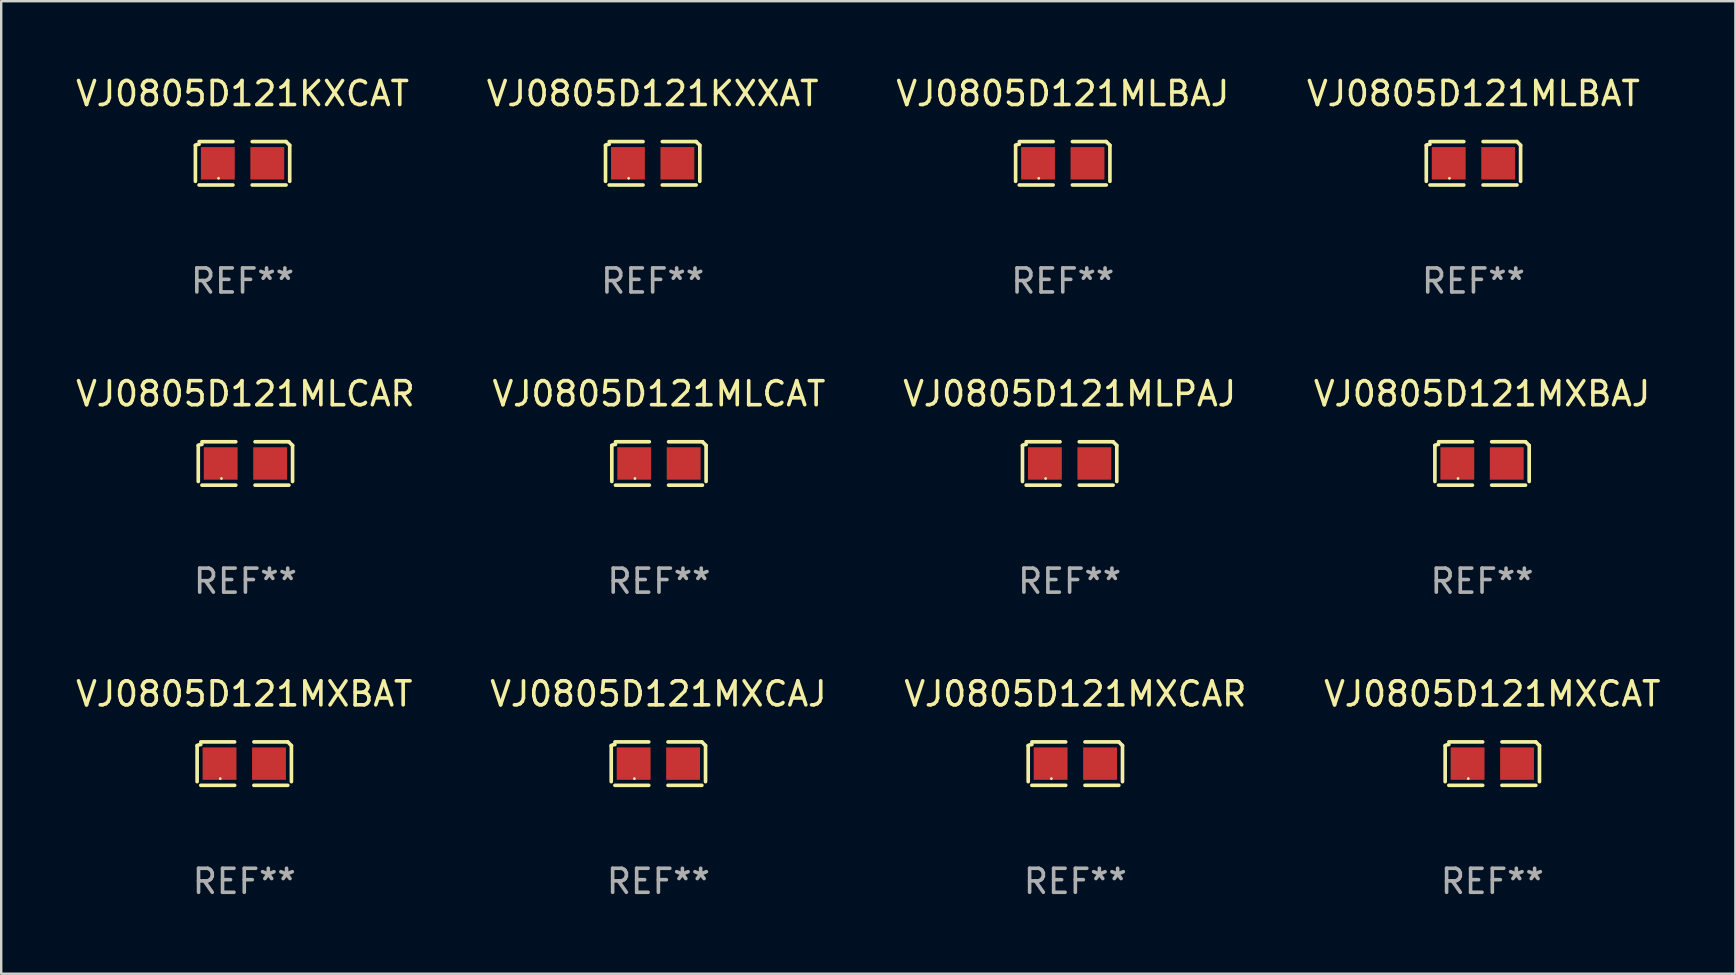
<source format=kicad_pcb>
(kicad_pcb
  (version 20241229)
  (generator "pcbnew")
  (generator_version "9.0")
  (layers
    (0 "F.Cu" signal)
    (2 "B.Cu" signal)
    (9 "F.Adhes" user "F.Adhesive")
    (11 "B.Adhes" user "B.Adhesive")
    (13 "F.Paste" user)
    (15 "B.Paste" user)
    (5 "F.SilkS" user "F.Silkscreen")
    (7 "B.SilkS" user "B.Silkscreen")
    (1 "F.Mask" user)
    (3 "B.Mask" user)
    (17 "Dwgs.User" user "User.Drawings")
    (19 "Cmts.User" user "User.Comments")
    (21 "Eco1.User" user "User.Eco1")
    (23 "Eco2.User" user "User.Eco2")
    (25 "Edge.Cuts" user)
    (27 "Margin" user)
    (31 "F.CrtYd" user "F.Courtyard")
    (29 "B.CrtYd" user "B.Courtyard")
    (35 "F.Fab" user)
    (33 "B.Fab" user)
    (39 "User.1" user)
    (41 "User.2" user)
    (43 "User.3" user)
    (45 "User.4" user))
  (footprint "VJ0805D121MXCAR"
    (layer "F.Cu")
    (at 41.744 28.759)
    (property "Reference" "VJ0805D121MXCAR" (at 0 -2.904 0) (layer "F.SilkS") (effects (font (size 1 1) (thickness 0.15))))
    (attr through_hole)
    (fp_line (start -1.964 0.751) (end -1.964 -0.751) (stroke (width 0.152) (type solid)) (layer "F.SilkS"))
    (fp_line (start -1.811 -0.904) (end -0.401 -0.904) (stroke (width 0.152) (type solid)) (layer "F.SilkS"))
    (fp_line (start -0.401 0.904) (end -1.811 0.904) (stroke (width 0.152) (type solid)) (layer "F.SilkS"))
    (fp_line (start 0.401 0.904) (end 1.811 0.904) (stroke (width 0.152) (type solid)) (layer "F.SilkS"))
    (fp_line (start 1.811 -0.904) (end 0.401 -0.904) (stroke (width 0.152) (type solid)) (layer "F.SilkS"))
    (fp_line (start 1.964 0.751) (end 1.964 -0.751) (stroke (width 0.152) (type solid)) (layer "F.SilkS"))
    (fp_arc (start -1.963602 -0.751207) (mid -1.890354 -0.783131) (end -1.811201 -0.794044) (stroke (width 0.1524) (type solid)) (layer "F.SilkS"))
    (fp_arc (start 1.811202 -0.903607) (mid 1.887413 -0.827418) (end 1.963602 -0.751207) (stroke (width 0.1524) (type solid)) (layer "F.SilkS"))
    (fp_circle (center -1 0.625) (end -0.97 0.625) (stroke (width 0.06) (type solid)) (fill no) (layer "F.SilkS"))
    (fp_text user "REF**" (at 0 4.904 0) (layer "F.Fab") (effects (font (size 1 1) (thickness 0.15))))
    (pad "1" smd rect (at -1.03 0) (size 1.41 1.35) (layers "F.Cu" "F.Mask" "F.Paste"))
    (pad "2" smd rect (at 1.03 0) (size 1.41 1.35) (layers "F.Cu" "F.Mask" "F.Paste")))
  (footprint "VJ0805D121MLCAR"
    (layer "F.Cu")
    (at 7.173 16.256)
    (property "Reference" "VJ0805D121MLCAR" (at 0 -2.904 0) (layer "F.SilkS") (effects (font (size 1 1) (thickness 0.15))))
    (attr through_hole)
    (fp_line (start -1.964 0.751) (end -1.964 -0.751) (stroke (width 0.152) (type solid)) (layer "F.SilkS"))
    (fp_line (start -1.811 -0.904) (end -0.401 -0.904) (stroke (width 0.152) (type solid)) (layer "F.SilkS"))
    (fp_line (start -0.401 0.904) (end -1.811 0.904) (stroke (width 0.152) (type solid)) (layer "F.SilkS"))
    (fp_line (start 0.401 0.904) (end 1.811 0.904) (stroke (width 0.152) (type solid)) (layer "F.SilkS"))
    (fp_line (start 1.811 -0.904) (end 0.401 -0.904) (stroke (width 0.152) (type solid)) (layer "F.SilkS"))
    (fp_line (start 1.964 0.751) (end 1.964 -0.751) (stroke (width 0.152) (type solid)) (layer "F.SilkS"))
    (fp_arc (start -1.963602 -0.751207) (mid -1.890354 -0.783131) (end -1.811201 -0.794044) (stroke (width 0.1524) (type solid)) (layer "F.SilkS"))
    (fp_arc (start 1.811202 -0.903607) (mid 1.887413 -0.827418) (end 1.963602 -0.751207) (stroke (width 0.1524) (type solid)) (layer "F.SilkS"))
    (fp_circle (center -1 0.625) (end -0.97 0.625) (stroke (width 0.06) (type solid)) (fill no) (layer "F.SilkS"))
    (fp_text user "REF**" (at 0 4.904 0) (layer "F.Fab") (effects (font (size 1 1) (thickness 0.15))))
    (pad "1" smd rect (at -1.03 0) (size 1.41 1.35) (layers "F.Cu" "F.Mask" "F.Paste"))
    (pad "2" smd rect (at 1.03 0) (size 1.41 1.35) (layers "F.Cu" "F.Mask" "F.Paste")))
  (footprint "VJ0805D121KXCAT"
    (layer "F.Cu")
    (at 7.054 3.752)
    (property "Reference" "VJ0805D121KXCAT" (at 0 -2.904 0) (layer "F.SilkS") (effects (font (size 1 1) (thickness 0.15))))
    (attr through_hole)
    (fp_line (start -1.964 0.751) (end -1.964 -0.751) (stroke (width 0.152) (type solid)) (layer "F.SilkS"))
    (fp_line (start -1.811 -0.904) (end -0.401 -0.904) (stroke (width 0.152) (type solid)) (layer "F.SilkS"))
    (fp_line (start -0.401 0.904) (end -1.811 0.904) (stroke (width 0.152) (type solid)) (layer "F.SilkS"))
    (fp_line (start 0.401 0.904) (end 1.811 0.904) (stroke (width 0.152) (type solid)) (layer "F.SilkS"))
    (fp_line (start 1.811 -0.904) (end 0.401 -0.904) (stroke (width 0.152) (type solid)) (layer "F.SilkS"))
    (fp_line (start 1.964 0.751) (end 1.964 -0.751) (stroke (width 0.152) (type solid)) (layer "F.SilkS"))
    (fp_arc (start -1.963602 -0.751207) (mid -1.890354 -0.783131) (end -1.811201 -0.794044) (stroke (width 0.1524) (type solid)) (layer "F.SilkS"))
    (fp_arc (start 1.811202 -0.903607) (mid 1.887413 -0.827418) (end 1.963602 -0.751207) (stroke (width 0.1524) (type solid)) (layer "F.SilkS"))
    (fp_circle (center -1 0.625) (end -0.97 0.625) (stroke (width 0.06) (type solid)) (fill no) (layer "F.SilkS"))
    (fp_text user "REF**" (at 0 4.904 0) (layer "F.Fab") (effects (font (size 1 1) (thickness 0.15))))
    (pad "1" smd rect (at -1.03 0) (size 1.41 1.35) (layers "F.Cu" "F.Mask" "F.Paste"))
    (pad "2" smd rect (at 1.03 0) (size 1.41 1.35) (layers "F.Cu" "F.Mask" "F.Paste")))
  (footprint "VJ0805D121MXBAJ"
    (layer "F.Cu")
    (at 58.685 16.256)
    (property "Reference" "VJ0805D121MXBAJ" (at 0 -2.904 0) (layer "F.SilkS") (effects (font (size 1 1) (thickness 0.15))))
    (attr through_hole)
    (fp_line (start -1.964 0.751) (end -1.964 -0.751) (stroke (width 0.152) (type solid)) (layer "F.SilkS"))
    (fp_line (start -1.811 -0.904) (end -0.401 -0.904) (stroke (width 0.152) (type solid)) (layer "F.SilkS"))
    (fp_line (start -0.401 0.904) (end -1.811 0.904) (stroke (width 0.152) (type solid)) (layer "F.SilkS"))
    (fp_line (start 0.401 0.904) (end 1.811 0.904) (stroke (width 0.152) (type solid)) (layer "F.SilkS"))
    (fp_line (start 1.811 -0.904) (end 0.401 -0.904) (stroke (width 0.152) (type solid)) (layer "F.SilkS"))
    (fp_line (start 1.964 0.751) (end 1.964 -0.751) (stroke (width 0.152) (type solid)) (layer "F.SilkS"))
    (fp_arc (start -1.963602 -0.751207) (mid -1.890354 -0.783131) (end -1.811201 -0.794044) (stroke (width 0.1524) (type solid)) (layer "F.SilkS"))
    (fp_arc (start 1.811202 -0.903607) (mid 1.887413 -0.827418) (end 1.963602 -0.751207) (stroke (width 0.1524) (type solid)) (layer "F.SilkS"))
    (fp_circle (center -1 0.625) (end -0.97 0.625) (stroke (width 0.06) (type solid)) (fill no) (layer "F.SilkS"))
    (fp_text user "REF**" (at 0 4.904 0) (layer "F.Fab") (effects (font (size 1 1) (thickness 0.15))))
    (pad "1" smd rect (at -1.03 0) (size 1.41 1.35) (layers "F.Cu" "F.Mask" "F.Paste"))
    (pad "2" smd rect (at 1.03 0) (size 1.41 1.35) (layers "F.Cu" "F.Mask" "F.Paste")))
  (footprint "VJ0805D121MXBAT"
    (layer "F.Cu")
    (at 7.125 28.759)
    (property "Reference" "VJ0805D121MXBAT" (at 0 -2.904 0) (layer "F.SilkS") (effects (font (size 1 1) (thickness 0.15))))
    (attr through_hole)
    (fp_line (start -1.964 0.751) (end -1.964 -0.751) (stroke (width 0.152) (type solid)) (layer "F.SilkS"))
    (fp_line (start -1.811 -0.904) (end -0.401 -0.904) (stroke (width 0.152) (type solid)) (layer "F.SilkS"))
    (fp_line (start -0.401 0.904) (end -1.811 0.904) (stroke (width 0.152) (type solid)) (layer "F.SilkS"))
    (fp_line (start 0.401 0.904) (end 1.811 0.904) (stroke (width 0.152) (type solid)) (layer "F.SilkS"))
    (fp_line (start 1.811 -0.904) (end 0.401 -0.904) (stroke (width 0.152) (type solid)) (layer "F.SilkS"))
    (fp_line (start 1.964 0.751) (end 1.964 -0.751) (stroke (width 0.152) (type solid)) (layer "F.SilkS"))
    (fp_arc (start -1.963602 -0.751207) (mid -1.890354 -0.783131) (end -1.811201 -0.794044) (stroke (width 0.1524) (type solid)) (layer "F.SilkS"))
    (fp_arc (start 1.811202 -0.903607) (mid 1.887413 -0.827418) (end 1.963602 -0.751207) (stroke (width 0.1524) (type solid)) (layer "F.SilkS"))
    (fp_circle (center -1 0.625) (end -0.97 0.625) (stroke (width 0.06) (type solid)) (fill no) (layer "F.SilkS"))
    (fp_text user "REF**" (at 0 4.904 0) (layer "F.Fab") (effects (font (size 1 1) (thickness 0.15))))
    (pad "1" smd rect (at -1.03 0) (size 1.41 1.35) (layers "F.Cu" "F.Mask" "F.Paste"))
    (pad "2" smd rect (at 1.03 0) (size 1.41 1.35) (layers "F.Cu" "F.Mask" "F.Paste")))
  (footprint "VJ0805D121KXXAT"
    (layer "F.Cu")
    (at 24.137 3.752)
    (property "Reference" "VJ0805D121KXXAT" (at 0 -2.904 0) (layer "F.SilkS") (effects (font (size 1 1) (thickness 0.15))))
    (attr through_hole)
    (fp_line (start -1.964 0.751) (end -1.964 -0.751) (stroke (width 0.152) (type solid)) (layer "F.SilkS"))
    (fp_line (start -1.811 -0.904) (end -0.401 -0.904) (stroke (width 0.152) (type solid)) (layer "F.SilkS"))
    (fp_line (start -0.401 0.904) (end -1.811 0.904) (stroke (width 0.152) (type solid)) (layer "F.SilkS"))
    (fp_line (start 0.401 0.904) (end 1.811 0.904) (stroke (width 0.152) (type solid)) (layer "F.SilkS"))
    (fp_line (start 1.811 -0.904) (end 0.401 -0.904) (stroke (width 0.152) (type solid)) (layer "F.SilkS"))
    (fp_line (start 1.964 0.751) (end 1.964 -0.751) (stroke (width 0.152) (type solid)) (layer "F.SilkS"))
    (fp_arc (start -1.963602 -0.751207) (mid -1.890354 -0.783131) (end -1.811201 -0.794044) (stroke (width 0.1524) (type solid)) (layer "F.SilkS"))
    (fp_arc (start 1.811202 -0.903607) (mid 1.887413 -0.827418) (end 1.963602 -0.751207) (stroke (width 0.1524) (type solid)) (layer "F.SilkS"))
    (fp_circle (center -1 0.625) (end -0.97 0.625) (stroke (width 0.06) (type solid)) (fill no) (layer "F.SilkS"))
    (fp_text user "REF**" (at 0 4.904 0) (layer "F.Fab") (effects (font (size 1 1) (thickness 0.15))))
    (pad "1" smd rect (at -1.03 0) (size 1.41 1.35) (layers "F.Cu" "F.Mask" "F.Paste"))
    (pad "2" smd rect (at 1.03 0) (size 1.41 1.35) (layers "F.Cu" "F.Mask" "F.Paste")))
  (footprint "VJ0805D121MLBAT"
    (layer "F.Cu")
    (at 58.327 3.752)
    (property "Reference" "VJ0805D121MLBAT" (at 0 -2.904 0) (layer "F.SilkS") (effects (font (size 1 1) (thickness 0.15))))
    (attr through_hole)
    (fp_line (start -1.964 0.751) (end -1.964 -0.751) (stroke (width 0.152) (type solid)) (layer "F.SilkS"))
    (fp_line (start -1.811 -0.904) (end -0.401 -0.904) (stroke (width 0.152) (type solid)) (layer "F.SilkS"))
    (fp_line (start -0.401 0.904) (end -1.811 0.904) (stroke (width 0.152) (type solid)) (layer "F.SilkS"))
    (fp_line (start 0.401 0.904) (end 1.811 0.904) (stroke (width 0.152) (type solid)) (layer "F.SilkS"))
    (fp_line (start 1.811 -0.904) (end 0.401 -0.904) (stroke (width 0.152) (type solid)) (layer "F.SilkS"))
    (fp_line (start 1.964 0.751) (end 1.964 -0.751) (stroke (width 0.152) (type solid)) (layer "F.SilkS"))
    (fp_arc (start -1.963602 -0.751207) (mid -1.890354 -0.783131) (end -1.811201 -0.794044) (stroke (width 0.1524) (type solid)) (layer "F.SilkS"))
    (fp_arc (start 1.811202 -0.903607) (mid 1.887413 -0.827418) (end 1.963602 -0.751207) (stroke (width 0.1524) (type solid)) (layer "F.SilkS"))
    (fp_circle (center -1 0.625) (end -0.97 0.625) (stroke (width 0.06) (type solid)) (fill no) (layer "F.SilkS"))
    (fp_text user "REF**" (at 0 4.904 0) (layer "F.Fab") (effects (font (size 1 1) (thickness 0.15))))
    (pad "1" smd rect (at -1.03 0) (size 1.41 1.35) (layers "F.Cu" "F.Mask" "F.Paste"))
    (pad "2" smd rect (at 1.03 0) (size 1.41 1.35) (layers "F.Cu" "F.Mask" "F.Paste")))
  (footprint "VJ0805D121MXCAJ"
    (layer "F.Cu")
    (at 24.375 28.759)
    (property "Reference" "VJ0805D121MXCAJ" (at 0 -2.904 0) (layer "F.SilkS") (effects (font (size 1 1) (thickness 0.15))))
    (attr through_hole)
    (fp_line (start -1.964 0.751) (end -1.964 -0.751) (stroke (width 0.152) (type solid)) (layer "F.SilkS"))
    (fp_line (start -1.811 -0.904) (end -0.401 -0.904) (stroke (width 0.152) (type solid)) (layer "F.SilkS"))
    (fp_line (start -0.401 0.904) (end -1.811 0.904) (stroke (width 0.152) (type solid)) (layer "F.SilkS"))
    (fp_line (start 0.401 0.904) (end 1.811 0.904) (stroke (width 0.152) (type solid)) (layer "F.SilkS"))
    (fp_line (start 1.811 -0.904) (end 0.401 -0.904) (stroke (width 0.152) (type solid)) (layer "F.SilkS"))
    (fp_line (start 1.964 0.751) (end 1.964 -0.751) (stroke (width 0.152) (type solid)) (layer "F.SilkS"))
    (fp_arc (start -1.963602 -0.751207) (mid -1.890354 -0.783131) (end -1.811201 -0.794044) (stroke (width 0.1524) (type solid)) (layer "F.SilkS"))
    (fp_arc (start 1.811202 -0.903607) (mid 1.887413 -0.827418) (end 1.963602 -0.751207) (stroke (width 0.1524) (type solid)) (layer "F.SilkS"))
    (fp_circle (center -1 0.625) (end -0.97 0.625) (stroke (width 0.06) (type solid)) (fill no) (layer "F.SilkS"))
    (fp_text user "REF**" (at 0 4.904 0) (layer "F.Fab") (effects (font (size 1 1) (thickness 0.15))))
    (pad "1" smd rect (at -1.03 0) (size 1.41 1.35) (layers "F.Cu" "F.Mask" "F.Paste"))
    (pad "2" smd rect (at 1.03 0) (size 1.41 1.35) (layers "F.Cu" "F.Mask" "F.Paste")))
  (footprint "VJ0805D121MLBAJ"
    (layer "F.Cu")
    (at 41.22 3.752)
    (property "Reference" "VJ0805D121MLBAJ" (at 0 -2.904 0) (layer "F.SilkS") (effects (font (size 1 1) (thickness 0.15))))
    (attr through_hole)
    (fp_line (start -1.964 0.751) (end -1.964 -0.751) (stroke (width 0.152) (type solid)) (layer "F.SilkS"))
    (fp_line (start -1.811 -0.904) (end -0.401 -0.904) (stroke (width 0.152) (type solid)) (layer "F.SilkS"))
    (fp_line (start -0.401 0.904) (end -1.811 0.904) (stroke (width 0.152) (type solid)) (layer "F.SilkS"))
    (fp_line (start 0.401 0.904) (end 1.811 0.904) (stroke (width 0.152) (type solid)) (layer "F.SilkS"))
    (fp_line (start 1.811 -0.904) (end 0.401 -0.904) (stroke (width 0.152) (type solid)) (layer "F.SilkS"))
    (fp_line (start 1.964 0.751) (end 1.964 -0.751) (stroke (width 0.152) (type solid)) (layer "F.SilkS"))
    (fp_arc (start -1.963602 -0.751207) (mid -1.890354 -0.783131) (end -1.811201 -0.794044) (stroke (width 0.1524) (type solid)) (layer "F.SilkS"))
    (fp_arc (start 1.811202 -0.903607) (mid 1.887413 -0.827418) (end 1.963602 -0.751207) (stroke (width 0.1524) (type solid)) (layer "F.SilkS"))
    (fp_circle (center -1 0.625) (end -0.97 0.625) (stroke (width 0.06) (type solid)) (fill no) (layer "F.SilkS"))
    (fp_text user "REF**" (at 0 4.904 0) (layer "F.Fab") (effects (font (size 1 1) (thickness 0.15))))
    (pad "1" smd rect (at -1.03 0) (size 1.41 1.35) (layers "F.Cu" "F.Mask" "F.Paste"))
    (pad "2" smd rect (at 1.03 0) (size 1.41 1.35) (layers "F.Cu" "F.Mask" "F.Paste")))
  (footprint "VJ0805D121MLPAJ"
    (layer "F.Cu")
    (at 41.506 16.256)
    (property "Reference" "VJ0805D121MLPAJ" (at 0 -2.904 0) (layer "F.SilkS") (effects (font (size 1 1) (thickness 0.15))))
    (attr through_hole)
    (fp_line (start -1.964 0.751) (end -1.964 -0.751) (stroke (width 0.152) (type solid)) (layer "F.SilkS"))
    (fp_line (start -1.811 -0.904) (end -0.401 -0.904) (stroke (width 0.152) (type solid)) (layer "F.SilkS"))
    (fp_line (start -0.401 0.904) (end -1.811 0.904) (stroke (width 0.152) (type solid)) (layer "F.SilkS"))
    (fp_line (start 0.401 0.904) (end 1.811 0.904) (stroke (width 0.152) (type solid)) (layer "F.SilkS"))
    (fp_line (start 1.811 -0.904) (end 0.401 -0.904) (stroke (width 0.152) (type solid)) (layer "F.SilkS"))
    (fp_line (start 1.964 0.751) (end 1.964 -0.751) (stroke (width 0.152) (type solid)) (layer "F.SilkS"))
    (fp_arc (start -1.963602 -0.751207) (mid -1.890354 -0.783131) (end -1.811201 -0.794044) (stroke (width 0.1524) (type solid)) (layer "F.SilkS"))
    (fp_arc (start 1.811202 -0.903607) (mid 1.887413 -0.827418) (end 1.963602 -0.751207) (stroke (width 0.1524) (type solid)) (layer "F.SilkS"))
    (fp_circle (center -1 0.625) (end -0.97 0.625) (stroke (width 0.06) (type solid)) (fill no) (layer "F.SilkS"))
    (fp_text user "REF**" (at 0 4.904 0) (layer "F.Fab") (effects (font (size 1 1) (thickness 0.15))))
    (pad "1" smd rect (at -1.03 0) (size 1.41 1.35) (layers "F.Cu" "F.Mask" "F.Paste"))
    (pad "2" smd rect (at 1.03 0) (size 1.41 1.35) (layers "F.Cu" "F.Mask" "F.Paste")))
  (footprint "VJ0805D121MLCAT"
    (layer "F.Cu")
    (at 24.399 16.256)
    (property "Reference" "VJ0805D121MLCAT" (at 0 -2.904 0) (layer "F.SilkS") (effects (font (size 1 1) (thickness 0.15))))
    (attr through_hole)
    (fp_line (start -1.964 0.751) (end -1.964 -0.751) (stroke (width 0.152) (type solid)) (layer "F.SilkS"))
    (fp_line (start -1.811 -0.904) (end -0.401 -0.904) (stroke (width 0.152) (type solid)) (layer "F.SilkS"))
    (fp_line (start -0.401 0.904) (end -1.811 0.904) (stroke (width 0.152) (type solid)) (layer "F.SilkS"))
    (fp_line (start 0.401 0.904) (end 1.811 0.904) (stroke (width 0.152) (type solid)) (layer "F.SilkS"))
    (fp_line (start 1.811 -0.904) (end 0.401 -0.904) (stroke (width 0.152) (type solid)) (layer "F.SilkS"))
    (fp_line (start 1.964 0.751) (end 1.964 -0.751) (stroke (width 0.152) (type solid)) (layer "F.SilkS"))
    (fp_arc (start -1.963602 -0.751207) (mid -1.890354 -0.783131) (end -1.811201 -0.794044) (stroke (width 0.1524) (type solid)) (layer "F.SilkS"))
    (fp_arc (start 1.811202 -0.903607) (mid 1.887413 -0.827418) (end 1.963602 -0.751207) (stroke (width 0.1524) (type solid)) (layer "F.SilkS"))
    (fp_circle (center -1 0.625) (end -0.97 0.625) (stroke (width 0.06) (type solid)) (fill no) (layer "F.SilkS"))
    (fp_text user "REF**" (at 0 4.904 0) (layer "F.Fab") (effects (font (size 1 1) (thickness 0.15))))
    (pad "1" smd rect (at -1.03 0) (size 1.41 1.35) (layers "F.Cu" "F.Mask" "F.Paste"))
    (pad "2" smd rect (at 1.03 0) (size 1.41 1.35) (layers "F.Cu" "F.Mask" "F.Paste")))
  (footprint "VJ0805D121MXCAT"
    (layer "F.Cu")
    (at 59.113 28.759)
    (property "Reference" "VJ0805D121MXCAT" (at 0 -2.904 0) (layer "F.SilkS") (effects (font (size 1 1) (thickness 0.15))))
    (attr through_hole)
    (fp_line (start -1.964 0.751) (end -1.964 -0.751) (stroke (width 0.152) (type solid)) (layer "F.SilkS"))
    (fp_line (start -1.811 -0.904) (end -0.401 -0.904) (stroke (width 0.152) (type solid)) (layer "F.SilkS"))
    (fp_line (start -0.401 0.904) (end -1.811 0.904) (stroke (width 0.152) (type solid)) (layer "F.SilkS"))
    (fp_line (start 0.401 0.904) (end 1.811 0.904) (stroke (width 0.152) (type solid)) (layer "F.SilkS"))
    (fp_line (start 1.811 -0.904) (end 0.401 -0.904) (stroke (width 0.152) (type solid)) (layer "F.SilkS"))
    (fp_line (start 1.964 0.751) (end 1.964 -0.751) (stroke (width 0.152) (type solid)) (layer "F.SilkS"))
    (fp_arc (start -1.963602 -0.751207) (mid -1.890354 -0.783131) (end -1.811201 -0.794044) (stroke (width 0.1524) (type solid)) (layer "F.SilkS"))
    (fp_arc (start 1.811202 -0.903607) (mid 1.887413 -0.827418) (end 1.963602 -0.751207) (stroke (width 0.1524) (type solid)) (layer "F.SilkS"))
    (fp_circle (center -1 0.625) (end -0.97 0.625) (stroke (width 0.06) (type solid)) (fill no) (layer "F.SilkS"))
    (fp_text user "REF**" (at 0 4.904 0) (layer "F.Fab") (effects (font (size 1 1) (thickness 0.15))))
    (pad "1" smd rect (at -1.03 0) (size 1.41 1.35) (layers "F.Cu" "F.Mask" "F.Paste"))
    (pad "2" smd rect (at 1.03 0) (size 1.41 1.35) (layers "F.Cu" "F.Mask" "F.Paste")))
  (gr_rect
    (start -3 -3)
    (end 69.238 37.511)
    (stroke (width 0.1) (type default))
    (fill no)
    (layer "Edge.Cuts")))
</source>
